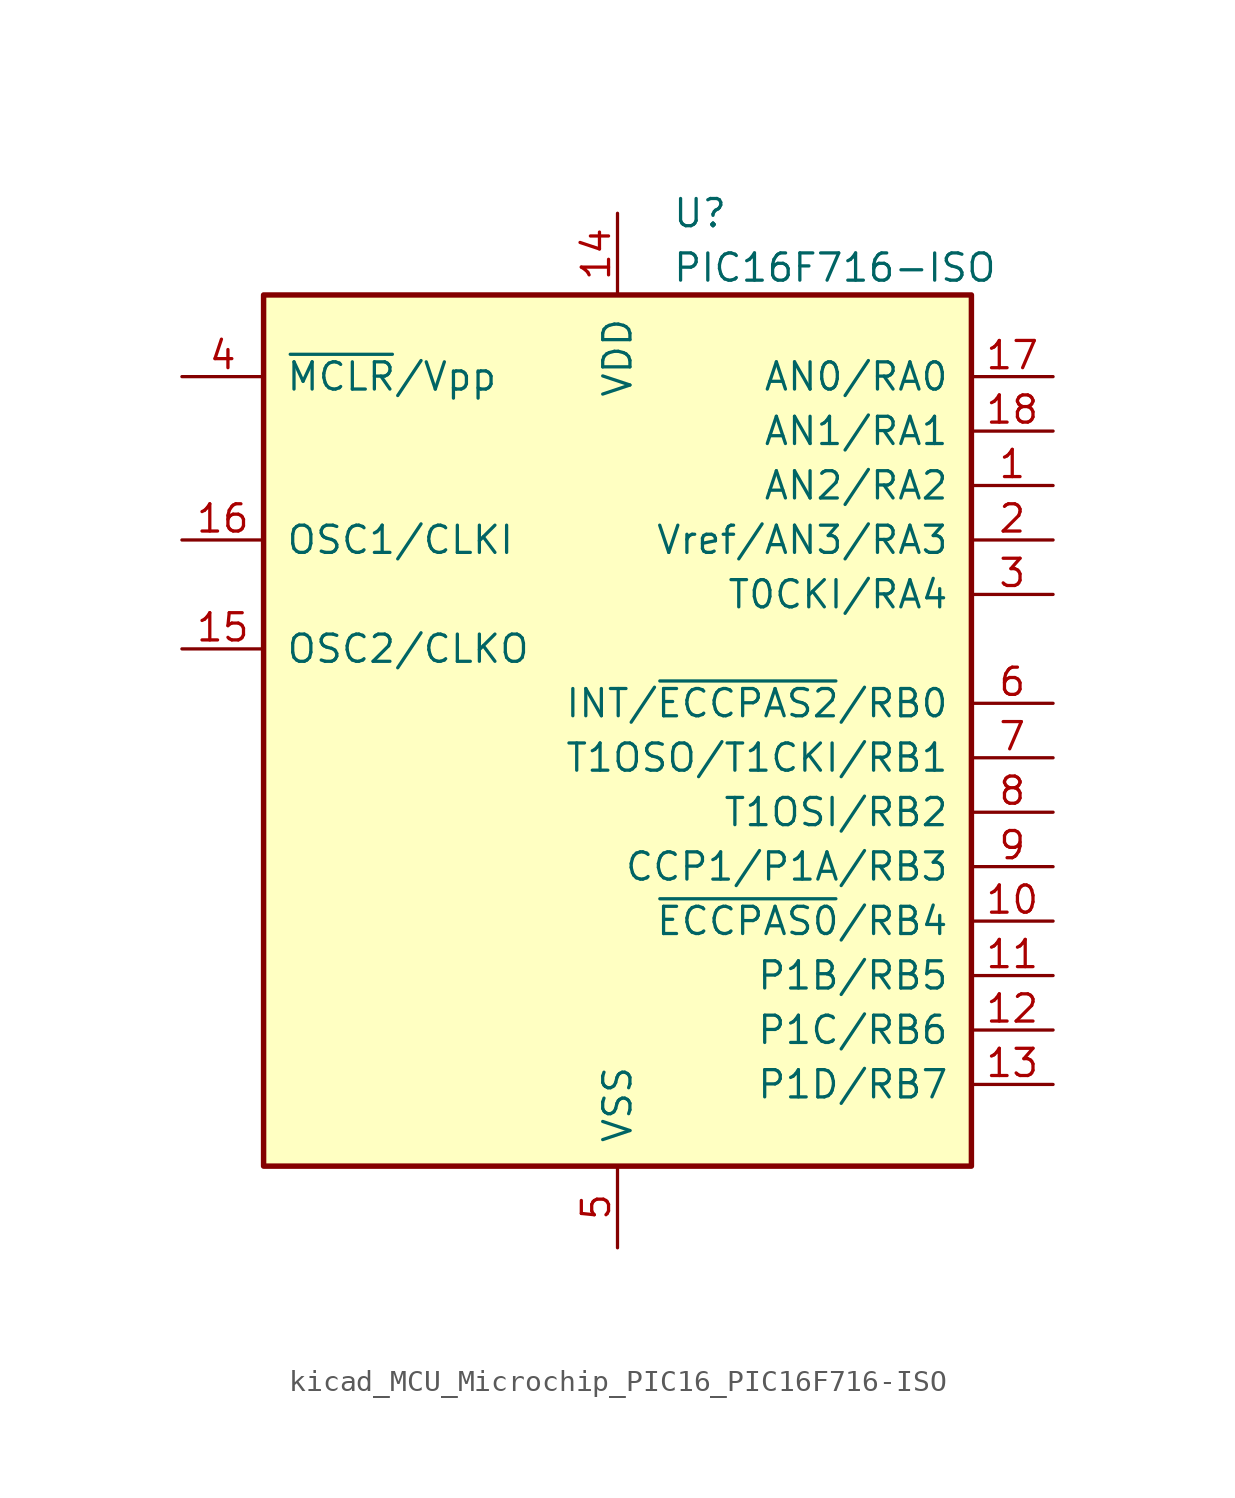
<source format=kicad_sym>
(kicad_symbol_lib
  (version 20220914)
  (generator kicad_symbol_editor)
  (symbol "kicad_MCU_Microchip_PIC16_PIC16F716-ISO"
    (pin_names
      (offset 1.016))
    (property "Reference" "U"
      (at 2.54 22.86 0)
      (effects (font (size 1.27 1.27)) (justify left)))
    (property "Value" "PIC16F716-ISO"
      (at 2.54 20.32 0)
      (effects (font (size 1.27 1.27)) (justify left)))
    (symbol "kicad_MCU_Microchip_PIC16_PIC16F716-ISO_0_1"
      (rectangle (start -16.51 19.05) (end 16.51 -21.59) (stroke (width 0.254) (type default)) (fill (type background))))
    (symbol "kicad_MCU_Microchip_PIC16_PIC16F716-ISO_1_1"
      (pin bidirectional line (at 20.32 10.16 180) (length 3.81) (name "AN2/RA2" (effects (font (size 1.27 1.27)))) (number "1" (effects (font (size 1.27 1.27)))))
      (pin bidirectional line (at 20.32 -10.16 180) (length 3.81) (name "~{ECCPAS0}/RB4" (effects (font (size 1.27 1.27)))) (number "10" (effects (font (size 1.27 1.27)))))
      (pin bidirectional line (at 20.32 -12.7 180) (length 3.81) (name "P1B/RB5" (effects (font (size 1.27 1.27)))) (number "11" (effects (font (size 1.27 1.27)))))
      (pin bidirectional line (at 20.32 -15.24 180) (length 3.81) (name "P1C/RB6" (effects (font (size 1.27 1.27)))) (number "12" (effects (font (size 1.27 1.27)))))
      (pin bidirectional line (at 20.32 -17.78 180) (length 3.81) (name "P1D/RB7" (effects (font (size 1.27 1.27)))) (number "13" (effects (font (size 1.27 1.27)))))
      (pin power_in line (at 0 22.86 270) (length 3.81) (name "VDD" (effects (font (size 1.27 1.27)))) (number "14" (effects (font (size 1.27 1.27)))))
      (pin output line (at -20.32 2.54 0) (length 3.81) (name "OSC2/CLKO" (effects (font (size 1.27 1.27)))) (number "15" (effects (font (size 1.27 1.27)))))
      (pin input line (at -20.32 7.62 0) (length 3.81) (name "OSC1/CLKI" (effects (font (size 1.27 1.27)))) (number "16" (effects (font (size 1.27 1.27)))))
      (pin bidirectional line (at 20.32 15.24 180) (length 3.81) (name "AN0/RA0" (effects (font (size 1.27 1.27)))) (number "17" (effects (font (size 1.27 1.27)))))
      (pin bidirectional line (at 20.32 12.7 180) (length 3.81) (name "AN1/RA1" (effects (font (size 1.27 1.27)))) (number "18" (effects (font (size 1.27 1.27)))))
      (pin bidirectional line (at 20.32 7.62 180) (length 3.81) (name "Vref/AN3/RA3" (effects (font (size 1.27 1.27)))) (number "2" (effects (font (size 1.27 1.27)))))
      (pin output line (at 20.32 5.08 180) (length 3.81) (name "T0CKI/RA4" (effects (font (size 1.27 1.27)))) (number "3" (effects (font (size 1.27 1.27)))))
      (pin input line (at -20.32 15.24 0) (length 3.81) (name "~{MCLR}/Vpp" (effects (font (size 1.27 1.27)))) (number "4" (effects (font (size 1.27 1.27)))))
      (pin power_in line (at 0 -25.4 90) (length 3.81) (name "VSS" (effects (font (size 1.27 1.27)))) (number "5" (effects (font (size 1.27 1.27)))))
      (pin bidirectional line (at 20.32 0 180) (length 3.81) (name "INT/~{ECCPAS2}/RB0" (effects (font (size 1.27 1.27)))) (number "6" (effects (font (size 1.27 1.27)))))
      (pin bidirectional line (at 20.32 -2.54 180) (length 3.81) (name "T1OSO/T1CKI/RB1" (effects (font (size 1.27 1.27)))) (number "7" (effects (font (size 1.27 1.27)))))
      (pin bidirectional line (at 20.32 -5.08 180) (length 3.81) (name "T1OSI/RB2" (effects (font (size 1.27 1.27)))) (number "8" (effects (font (size 1.27 1.27)))))
      (pin bidirectional line (at 20.32 -7.62 180) (length 3.81) (name "CCP1/P1A/RB3" (effects (font (size 1.27 1.27)))) (number "9" (effects (font (size 1.27 1.27))))))))
</source>
